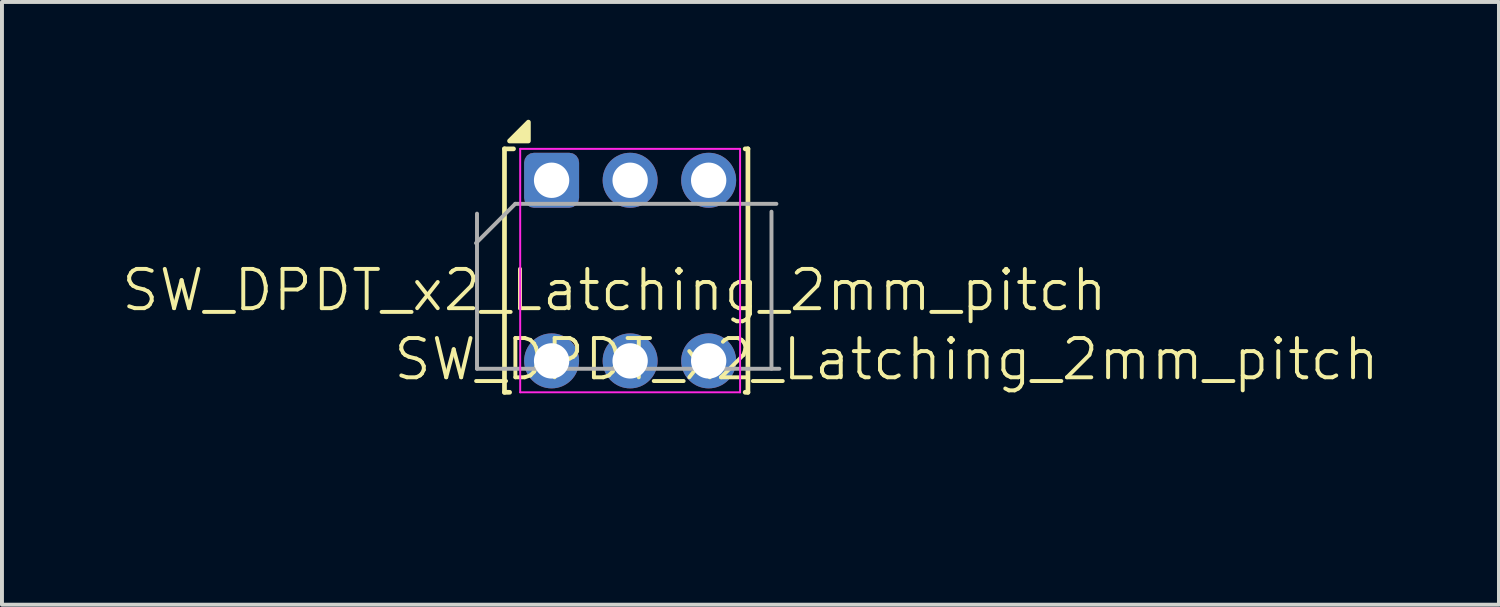
<source format=kicad_pcb>
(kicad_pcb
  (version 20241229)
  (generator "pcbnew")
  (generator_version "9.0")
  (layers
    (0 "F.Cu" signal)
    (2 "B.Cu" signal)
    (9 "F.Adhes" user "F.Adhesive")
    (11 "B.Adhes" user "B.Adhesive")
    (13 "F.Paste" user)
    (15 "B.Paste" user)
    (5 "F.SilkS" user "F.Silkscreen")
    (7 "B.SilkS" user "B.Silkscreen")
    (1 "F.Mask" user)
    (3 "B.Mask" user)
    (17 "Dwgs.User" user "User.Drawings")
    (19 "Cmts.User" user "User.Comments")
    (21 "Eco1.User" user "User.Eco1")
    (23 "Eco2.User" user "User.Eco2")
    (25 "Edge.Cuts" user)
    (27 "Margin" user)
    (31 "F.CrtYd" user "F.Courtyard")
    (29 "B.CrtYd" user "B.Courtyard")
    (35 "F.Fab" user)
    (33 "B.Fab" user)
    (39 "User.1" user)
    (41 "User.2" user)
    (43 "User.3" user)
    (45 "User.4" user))
  (footprint "SW_DPDT_x2_Latching_2mm_pitch"
    (layer "F.Cu")
    (at 13.028 9.101)
    (property "Reference" "SW_DPDT_x2_Latching_2mm_pitch" (at 6.5 -3 0) (unlocked yes) (layer "F.SilkS") (effects (font (size 1 1) (thickness 0.1))))
    (attr smd)
    (fp_line (start -3.23 -8.36) (end -3.23 -2.16) (stroke (width 0.12) (type solid)) (layer "F.SilkS"))
    (fp_line (start -3.23 -8.36) (end -3 -8.36) (stroke (width 0.12) (type solid)) (layer "F.SilkS"))
    (fp_line (start -3.23 -2.16) (end -3.1 -2.16) (stroke (width 0.12) (type solid)) (layer "F.SilkS"))
    (fp_line (start 2.9 -8.36) (end 2.97 -8.36) (stroke (width 0.12) (type solid)) (layer "F.SilkS"))
    (fp_line (start 2.97 -8.36) (end 2.97 -2.16) (stroke (width 0.12) (type solid)) (layer "F.SilkS"))
    (fp_line (start 2.97 -2.16) (end 2.9 -2.16) (stroke (width 0.12) (type solid)) (layer "F.SilkS"))
    (fp_poly (pts (xy -2.621 -8.561) (xy -3.101 -8.561) (xy -2.621 -9.041) (xy -2.621 -8.561)) (stroke (width 0.12) (type solid)) (fill yes) (layer "F.SilkS"))
    (fp_line (start -2.83 -8.36) (end 2.77 -8.36) (stroke (width 0.05) (type solid)) (layer "F.CrtYd"))
    (fp_line (start -2.83 -2.16) (end -2.83 -8.36) (stroke (width 0.05) (type solid)) (layer "F.CrtYd"))
    (fp_line (start 2.77 -8.36) (end 2.77 -2.16) (stroke (width 0.05) (type solid)) (layer "F.CrtYd"))
    (fp_line (start 2.77 -2.16) (end -2.83 -2.16) (stroke (width 0.05) (type solid)) (layer "F.CrtYd"))
    (fp_line (start -3.93 -2.76) (end -3.93 -6.71) (stroke (width 0.1) (type solid)) (layer "F.Fab"))
    (fp_line (start -2.955 -6.96) (end -3.955 -5.96) (stroke (width 0.1) (type solid)) (layer "F.Fab"))
    (fp_line (start -2.955 -6.96) (end 3.695 -6.96) (stroke (width 0.1) (type solid)) (layer "F.Fab"))
    (fp_line (start 3.57 -6.76) (end 3.57 -2.76) (stroke (width 0.1) (type solid)) (layer "F.Fab"))
    (fp_line (start 3.77 -2.76) (end -3.93 -2.76) (stroke (width 0.1) (type solid)) (layer "F.Fab"))
    (fp_text user "${REFERENCE}" (at -0.43 -4.76 0) (unlocked yes) (layer "F.SilkS") (effects (font (size 1 1) (thickness 0.1))))
    (pad "1" thru_hole roundrect (at -2.03 -7.56) (size 1.4 1.4) (drill 0.9) (layers "*.Cu" "*.Mask") (roundrect_rratio 0.179))
    (pad "2" thru_hole circle (at -0.03 -7.56) (size 1.4 1.4) (drill 0.9) (layers "*.Cu" "*.Mask"))
    (pad "3" thru_hole circle (at 1.97 -7.56) (size 1.4 1.4) (drill 0.9) (layers "*.Cu" "*.Mask"))
    (pad "4" thru_hole circle (at 1.97 -2.96) (size 1.4 1.4) (drill 0.9) (layers "*.Cu" "*.Mask"))
    (pad "5" thru_hole circle (at -0.03 -2.96) (size 1.4 1.4) (drill 0.9) (layers "*.Cu" "*.Mask"))
    (pad "6" thru_hole circle (at -2.03 -2.96) (size 1.4 1.4) (drill 0.9) (layers "*.Cu" "*.Mask")))
  (gr_rect
    (start -3 -3)
    (end 35.125 12.351)
    (stroke (width 0.1) (type default))
    (fill no)
    (layer "Edge.Cuts")))
</source>
